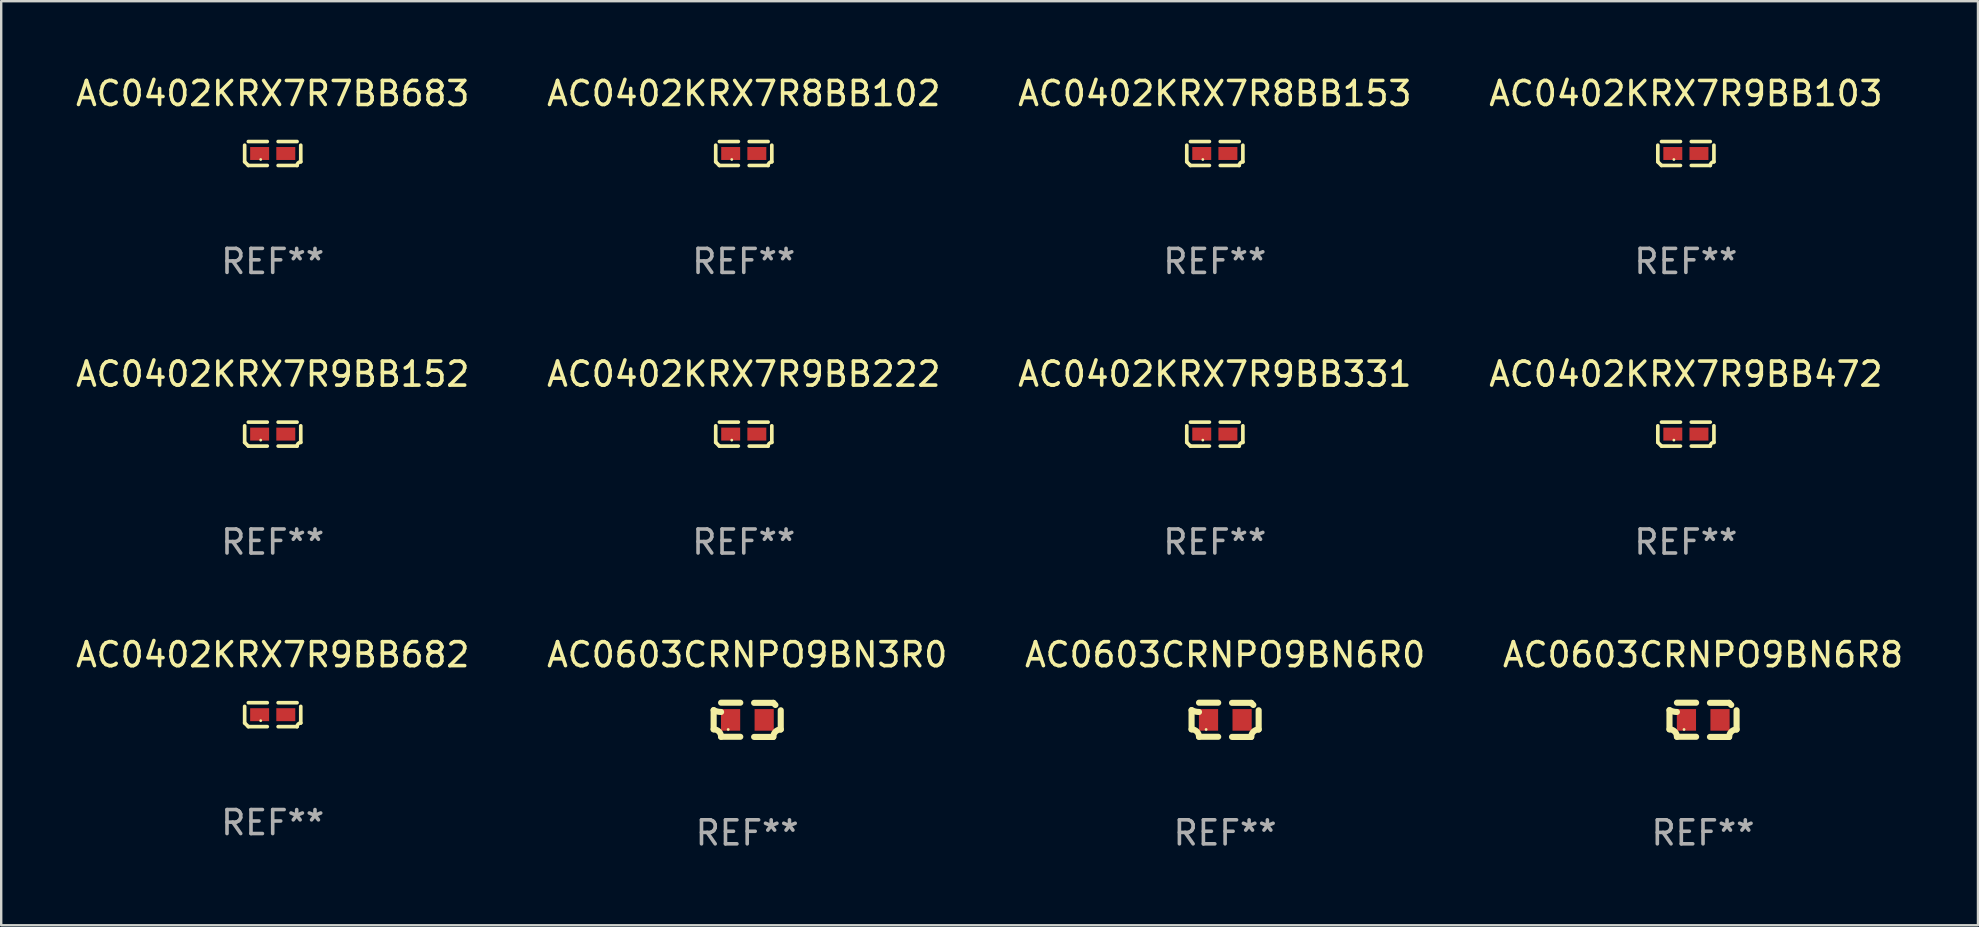
<source format=kicad_pcb>
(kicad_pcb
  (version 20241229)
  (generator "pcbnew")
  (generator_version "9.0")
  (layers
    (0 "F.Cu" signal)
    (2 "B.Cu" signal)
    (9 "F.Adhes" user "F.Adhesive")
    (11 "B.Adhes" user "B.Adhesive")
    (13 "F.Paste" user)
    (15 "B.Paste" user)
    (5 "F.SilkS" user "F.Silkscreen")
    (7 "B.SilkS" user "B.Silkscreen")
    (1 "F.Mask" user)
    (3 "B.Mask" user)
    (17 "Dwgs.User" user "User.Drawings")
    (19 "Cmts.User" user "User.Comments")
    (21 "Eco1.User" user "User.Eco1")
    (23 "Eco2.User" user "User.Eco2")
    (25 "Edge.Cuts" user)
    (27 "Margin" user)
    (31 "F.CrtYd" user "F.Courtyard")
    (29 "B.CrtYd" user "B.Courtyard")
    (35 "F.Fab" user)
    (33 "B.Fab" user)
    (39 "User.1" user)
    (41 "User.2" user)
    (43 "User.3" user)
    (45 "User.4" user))
  (footprint "AC0402KRX7R7BB683"
    (layer "F.Cu")
    (at 8.315 3.347)
    (property "Reference" "AC0402KRX7R7BB683" (at 0 -2.499 0) (layer "F.SilkS") (effects (font (size 1 1) (thickness 0.15))))
    (attr through_hole)
    (fp_line (start -1.169 0.346) (end -1.169 -0.346) (stroke (width 0.152) (type solid)) (layer "F.SilkS"))
    (fp_line (start -1.016 -0.499) (end -0.226 -0.499) (stroke (width 0.152) (type solid)) (layer "F.SilkS"))
    (fp_line (start -0.226 0.499) (end -1.016 0.499) (stroke (width 0.152) (type solid)) (layer "F.SilkS"))
    (fp_line (start 0.226 0.499) (end 1.016 0.499) (stroke (width 0.152) (type solid)) (layer "F.SilkS"))
    (fp_line (start 1.016 -0.499) (end 0.226 -0.499) (stroke (width 0.152) (type solid)) (layer "F.SilkS"))
    (fp_line (start 1.169 0.346) (end 1.169 -0.346) (stroke (width 0.152) (type solid)) (layer "F.SilkS"))
    (fp_arc (start -1.016307 0.498603) (mid -1.092512 0.422405) (end -1.16871 0.3462) (stroke (width 0.1524) (type solid)) (layer "F.SilkS"))
    (fp_arc (start 1.016307 0.498603) (mid 1.060899 0.390758) (end 1.168707 0.346076) (stroke (width 0.1524) (type solid)) (layer "F.SilkS"))
    (fp_circle (center -0.5 0.25) (end -0.47 0.25) (stroke (width 0.06) (type solid)) (fill no) (layer "F.SilkS"))
    (fp_text user "REF**" (at 0 4.499 0) (layer "F.Fab") (effects (font (size 1 1) (thickness 0.15))))
    (pad "1" smd rect (at -0.545 0) (size 0.79 0.54) (layers "F.Cu" "F.Mask" "F.Paste"))
    (pad "2" smd rect (at 0.545 0) (size 0.79 0.54) (layers "F.Cu" "F.Mask" "F.Paste")))
  (footprint "AC0603CRNPO9BN3R0"
    (layer "F.Cu")
    (at 28.089 26.948)
    (property "Reference" "AC0603CRNPO9BN3R0" (at 0 -2.713 0) (layer "F.SilkS") (effects (font (size 1 1) (thickness 0.15))))
    (attr through_hole)
    (fp_line (start -1.398 -0.403) (end -1.398 0.397) (stroke (width 0.254) (type solid)) (layer "F.SilkS"))
    (fp_line (start -0.288 -0.713) (end -1.088 -0.713) (stroke (width 0.254) (type solid)) (layer "F.SilkS"))
    (fp_line (start -0.288 0.707) (end -1.088 0.707) (stroke (width 0.254) (type solid)) (layer "F.SilkS"))
    (fp_line (start 0.288 -0.707) (end 1.088 -0.707) (stroke (width 0.254) (type solid)) (layer "F.SilkS"))
    (fp_line (start 0.288 0.713) (end 1.088 0.713) (stroke (width 0.254) (type solid)) (layer "F.SilkS"))
    (fp_line (start 1.398 -0.397) (end 1.398 0.403) (stroke (width 0.254) (type solid)) (layer "F.SilkS"))
    (fp_arc (start -1.397789 0.397066) (mid -1.178701 0.487826) (end -1.08796 0.706922) (stroke (width 0.254001) (type solid)) (layer "F.SilkS"))
    (fp_arc (start -1.08796 -0.327176) (mid -1.247436 -0.346384) (end -1.39779 -0.402908) (stroke (width 0.254001) (type solid)) (layer "F.SilkS"))
    (fp_arc (start 1.087909 0.712738) (mid 1.178656 0.493655) (end 1.397739 0.402908) (stroke (width 0.254001) (type solid)) (layer "F.SilkS"))
    (fp_arc (start 1.175925 -0.618926) (mid 1.131917 -0.662923) (end 1.08791 -0.706922) (stroke (width 0.254001) (type solid)) (layer "F.SilkS"))
    (fp_circle (center -0.792 0.403) (end -0.762 0.403) (stroke (width 0.06) (type solid)) (fill no) (layer "F.SilkS"))
    (fp_text user "REF**" (at 0 4.713 0) (layer "F.Fab") (effects (font (size 1 1) (thickness 0.15))))
    (pad "1" smd rect (at -0.692 0.003) (size 0.8 0.9) (layers "F.Cu" "F.Mask" "F.Paste"))
    (pad "2" smd rect (at 0.708 0.003) (size 0.8 0.9) (layers "F.Cu" "F.Mask" "F.Paste")))
  (footprint "AC0402KRX7R9BB331"
    (layer "F.Cu")
    (at 47.577 15.041)
    (property "Reference" "AC0402KRX7R9BB331" (at 0 -2.499 0) (layer "F.SilkS") (effects (font (size 1 1) (thickness 0.15))))
    (attr through_hole)
    (fp_line (start -1.169 0.346) (end -1.169 -0.346) (stroke (width 0.152) (type solid)) (layer "F.SilkS"))
    (fp_line (start -1.016 -0.499) (end -0.226 -0.499) (stroke (width 0.152) (type solid)) (layer "F.SilkS"))
    (fp_line (start -0.226 0.499) (end -1.016 0.499) (stroke (width 0.152) (type solid)) (layer "F.SilkS"))
    (fp_line (start 0.226 0.499) (end 1.016 0.499) (stroke (width 0.152) (type solid)) (layer "F.SilkS"))
    (fp_line (start 1.016 -0.499) (end 0.226 -0.499) (stroke (width 0.152) (type solid)) (layer "F.SilkS"))
    (fp_line (start 1.169 0.346) (end 1.169 -0.346) (stroke (width 0.152) (type solid)) (layer "F.SilkS"))
    (fp_arc (start -1.016307 0.498603) (mid -1.092512 0.422405) (end -1.16871 0.3462) (stroke (width 0.1524) (type solid)) (layer "F.SilkS"))
    (fp_arc (start 1.016307 0.498603) (mid 1.060899 0.390758) (end 1.168707 0.346076) (stroke (width 0.1524) (type solid)) (layer "F.SilkS"))
    (fp_circle (center -0.5 0.25) (end -0.47 0.25) (stroke (width 0.06) (type solid)) (fill no) (layer "F.SilkS"))
    (fp_text user "REF**" (at 0 4.499 0) (layer "F.Fab") (effects (font (size 1 1) (thickness 0.15))))
    (pad "1" smd rect (at -0.545 0) (size 0.79 0.54) (layers "F.Cu" "F.Mask" "F.Paste"))
    (pad "2" smd rect (at 0.545 0) (size 0.79 0.54) (layers "F.Cu" "F.Mask" "F.Paste")))
  (footprint "AC0402KRX7R9BB222"
    (layer "F.Cu")
    (at 27.946 15.041)
    (property "Reference" "AC0402KRX7R9BB222" (at 0 -2.499 0) (layer "F.SilkS") (effects (font (size 1 1) (thickness 0.15))))
    (attr through_hole)
    (fp_line (start -1.169 0.346) (end -1.169 -0.346) (stroke (width 0.152) (type solid)) (layer "F.SilkS"))
    (fp_line (start -1.016 -0.499) (end -0.226 -0.499) (stroke (width 0.152) (type solid)) (layer "F.SilkS"))
    (fp_line (start -0.226 0.499) (end -1.016 0.499) (stroke (width 0.152) (type solid)) (layer "F.SilkS"))
    (fp_line (start 0.226 0.499) (end 1.016 0.499) (stroke (width 0.152) (type solid)) (layer "F.SilkS"))
    (fp_line (start 1.016 -0.499) (end 0.226 -0.499) (stroke (width 0.152) (type solid)) (layer "F.SilkS"))
    (fp_line (start 1.169 0.346) (end 1.169 -0.346) (stroke (width 0.152) (type solid)) (layer "F.SilkS"))
    (fp_arc (start -1.016307 0.498603) (mid -1.092512 0.422405) (end -1.16871 0.3462) (stroke (width 0.1524) (type solid)) (layer "F.SilkS"))
    (fp_arc (start 1.016307 0.498603) (mid 1.060899 0.390758) (end 1.168707 0.346076) (stroke (width 0.1524) (type solid)) (layer "F.SilkS"))
    (fp_circle (center -0.5 0.25) (end -0.47 0.25) (stroke (width 0.06) (type solid)) (fill no) (layer "F.SilkS"))
    (fp_text user "REF**" (at 0 4.499 0) (layer "F.Fab") (effects (font (size 1 1) (thickness 0.15))))
    (pad "1" smd rect (at -0.545 0) (size 0.79 0.54) (layers "F.Cu" "F.Mask" "F.Paste"))
    (pad "2" smd rect (at 0.545 0) (size 0.79 0.54) (layers "F.Cu" "F.Mask" "F.Paste")))
  (footprint "AC0402KRX7R9BB152"
    (layer "F.Cu")
    (at 8.315 15.041)
    (property "Reference" "AC0402KRX7R9BB152" (at 0 -2.499 0) (layer "F.SilkS") (effects (font (size 1 1) (thickness 0.15))))
    (attr through_hole)
    (fp_line (start -1.169 0.346) (end -1.169 -0.346) (stroke (width 0.152) (type solid)) (layer "F.SilkS"))
    (fp_line (start -1.016 -0.499) (end -0.226 -0.499) (stroke (width 0.152) (type solid)) (layer "F.SilkS"))
    (fp_line (start -0.226 0.499) (end -1.016 0.499) (stroke (width 0.152) (type solid)) (layer "F.SilkS"))
    (fp_line (start 0.226 0.499) (end 1.016 0.499) (stroke (width 0.152) (type solid)) (layer "F.SilkS"))
    (fp_line (start 1.016 -0.499) (end 0.226 -0.499) (stroke (width 0.152) (type solid)) (layer "F.SilkS"))
    (fp_line (start 1.169 0.346) (end 1.169 -0.346) (stroke (width 0.152) (type solid)) (layer "F.SilkS"))
    (fp_arc (start -1.016307 0.498603) (mid -1.092512 0.422405) (end -1.16871 0.3462) (stroke (width 0.1524) (type solid)) (layer "F.SilkS"))
    (fp_arc (start 1.016307 0.498603) (mid 1.060899 0.390758) (end 1.168707 0.346076) (stroke (width 0.1524) (type solid)) (layer "F.SilkS"))
    (fp_circle (center -0.5 0.25) (end -0.47 0.25) (stroke (width 0.06) (type solid)) (fill no) (layer "F.SilkS"))
    (fp_text user "REF**" (at 0 4.499 0) (layer "F.Fab") (effects (font (size 1 1) (thickness 0.15))))
    (pad "1" smd rect (at -0.545 0) (size 0.79 0.54) (layers "F.Cu" "F.Mask" "F.Paste"))
    (pad "2" smd rect (at 0.545 0) (size 0.79 0.54) (layers "F.Cu" "F.Mask" "F.Paste")))
  (footprint "AC0402KRX7R9BB682"
    (layer "F.Cu")
    (at 8.315 26.734)
    (property "Reference" "AC0402KRX7R9BB682" (at 0 -2.499 0) (layer "F.SilkS") (effects (font (size 1 1) (thickness 0.15))))
    (attr through_hole)
    (fp_line (start -1.169 0.346) (end -1.169 -0.346) (stroke (width 0.152) (type solid)) (layer "F.SilkS"))
    (fp_line (start -1.016 -0.499) (end -0.226 -0.499) (stroke (width 0.152) (type solid)) (layer "F.SilkS"))
    (fp_line (start -0.226 0.499) (end -1.016 0.499) (stroke (width 0.152) (type solid)) (layer "F.SilkS"))
    (fp_line (start 0.226 0.499) (end 1.016 0.499) (stroke (width 0.152) (type solid)) (layer "F.SilkS"))
    (fp_line (start 1.016 -0.499) (end 0.226 -0.499) (stroke (width 0.152) (type solid)) (layer "F.SilkS"))
    (fp_line (start 1.169 0.346) (end 1.169 -0.346) (stroke (width 0.152) (type solid)) (layer "F.SilkS"))
    (fp_arc (start -1.016307 0.498603) (mid -1.092512 0.422405) (end -1.16871 0.3462) (stroke (width 0.1524) (type solid)) (layer "F.SilkS"))
    (fp_arc (start 1.016307 0.498603) (mid 1.060899 0.390758) (end 1.168707 0.346076) (stroke (width 0.1524) (type solid)) (layer "F.SilkS"))
    (fp_circle (center -0.5 0.25) (end -0.47 0.25) (stroke (width 0.06) (type solid)) (fill no) (layer "F.SilkS"))
    (fp_text user "REF**" (at 0 4.499 0) (layer "F.Fab") (effects (font (size 1 1) (thickness 0.15))))
    (pad "1" smd rect (at -0.545 0) (size 0.79 0.54) (layers "F.Cu" "F.Mask" "F.Paste"))
    (pad "2" smd rect (at 0.545 0) (size 0.79 0.54) (layers "F.Cu" "F.Mask" "F.Paste")))
  (footprint "AC0402KRX7R9BB472"
    (layer "F.Cu")
    (at 67.208 15.041)
    (property "Reference" "AC0402KRX7R9BB472" (at 0 -2.499 0) (layer "F.SilkS") (effects (font (size 1 1) (thickness 0.15))))
    (attr through_hole)
    (fp_line (start -1.169 0.346) (end -1.169 -0.346) (stroke (width 0.152) (type solid)) (layer "F.SilkS"))
    (fp_line (start -1.016 -0.499) (end -0.226 -0.499) (stroke (width 0.152) (type solid)) (layer "F.SilkS"))
    (fp_line (start -0.226 0.499) (end -1.016 0.499) (stroke (width 0.152) (type solid)) (layer "F.SilkS"))
    (fp_line (start 0.226 0.499) (end 1.016 0.499) (stroke (width 0.152) (type solid)) (layer "F.SilkS"))
    (fp_line (start 1.016 -0.499) (end 0.226 -0.499) (stroke (width 0.152) (type solid)) (layer "F.SilkS"))
    (fp_line (start 1.169 0.346) (end 1.169 -0.346) (stroke (width 0.152) (type solid)) (layer "F.SilkS"))
    (fp_arc (start -1.016307 0.498603) (mid -1.092512 0.422405) (end -1.16871 0.3462) (stroke (width 0.1524) (type solid)) (layer "F.SilkS"))
    (fp_arc (start 1.016307 0.498603) (mid 1.060899 0.390758) (end 1.168707 0.346076) (stroke (width 0.1524) (type solid)) (layer "F.SilkS"))
    (fp_circle (center -0.5 0.25) (end -0.47 0.25) (stroke (width 0.06) (type solid)) (fill no) (layer "F.SilkS"))
    (fp_text user "REF**" (at 0 4.499 0) (layer "F.Fab") (effects (font (size 1 1) (thickness 0.15))))
    (pad "1" smd rect (at -0.545 0) (size 0.79 0.54) (layers "F.Cu" "F.Mask" "F.Paste"))
    (pad "2" smd rect (at 0.545 0) (size 0.79 0.54) (layers "F.Cu" "F.Mask" "F.Paste")))
  (footprint "AC0402KRX7R9BB103"
    (layer "F.Cu")
    (at 67.208 3.347)
    (property "Reference" "AC0402KRX7R9BB103" (at 0 -2.499 0) (layer "F.SilkS") (effects (font (size 1 1) (thickness 0.15))))
    (attr through_hole)
    (fp_line (start -1.169 0.346) (end -1.169 -0.346) (stroke (width 0.152) (type solid)) (layer "F.SilkS"))
    (fp_line (start -1.016 -0.499) (end -0.226 -0.499) (stroke (width 0.152) (type solid)) (layer "F.SilkS"))
    (fp_line (start -0.226 0.499) (end -1.016 0.499) (stroke (width 0.152) (type solid)) (layer "F.SilkS"))
    (fp_line (start 0.226 0.499) (end 1.016 0.499) (stroke (width 0.152) (type solid)) (layer "F.SilkS"))
    (fp_line (start 1.016 -0.499) (end 0.226 -0.499) (stroke (width 0.152) (type solid)) (layer "F.SilkS"))
    (fp_line (start 1.169 0.346) (end 1.169 -0.346) (stroke (width 0.152) (type solid)) (layer "F.SilkS"))
    (fp_arc (start -1.016307 0.498603) (mid -1.092512 0.422405) (end -1.16871 0.3462) (stroke (width 0.1524) (type solid)) (layer "F.SilkS"))
    (fp_arc (start 1.016307 0.498603) (mid 1.060899 0.390758) (end 1.168707 0.346076) (stroke (width 0.1524) (type solid)) (layer "F.SilkS"))
    (fp_circle (center -0.5 0.25) (end -0.47 0.25) (stroke (width 0.06) (type solid)) (fill no) (layer "F.SilkS"))
    (fp_text user "REF**" (at 0 4.499 0) (layer "F.Fab") (effects (font (size 1 1) (thickness 0.15))))
    (pad "1" smd rect (at -0.545 0) (size 0.79 0.54) (layers "F.Cu" "F.Mask" "F.Paste"))
    (pad "2" smd rect (at 0.545 0) (size 0.79 0.54) (layers "F.Cu" "F.Mask" "F.Paste")))
  (footprint "AC0603CRNPO9BN6R0"
    (layer "F.Cu")
    (at 48.006 26.948)
    (property "Reference" "AC0603CRNPO9BN6R0" (at 0 -2.713 0) (layer "F.SilkS") (effects (font (size 1 1) (thickness 0.15))))
    (attr through_hole)
    (fp_line (start -1.398 -0.403) (end -1.398 0.397) (stroke (width 0.254) (type solid)) (layer "F.SilkS"))
    (fp_line (start -0.288 -0.713) (end -1.088 -0.713) (stroke (width 0.254) (type solid)) (layer "F.SilkS"))
    (fp_line (start -0.288 0.707) (end -1.088 0.707) (stroke (width 0.254) (type solid)) (layer "F.SilkS"))
    (fp_line (start 0.288 -0.707) (end 1.088 -0.707) (stroke (width 0.254) (type solid)) (layer "F.SilkS"))
    (fp_line (start 0.288 0.713) (end 1.088 0.713) (stroke (width 0.254) (type solid)) (layer "F.SilkS"))
    (fp_line (start 1.398 -0.397) (end 1.398 0.403) (stroke (width 0.254) (type solid)) (layer "F.SilkS"))
    (fp_arc (start -1.397789 0.397066) (mid -1.178701 0.487826) (end -1.08796 0.706922) (stroke (width 0.254001) (type solid)) (layer "F.SilkS"))
    (fp_arc (start -1.08796 -0.327176) (mid -1.247436 -0.346384) (end -1.39779 -0.402908) (stroke (width 0.254001) (type solid)) (layer "F.SilkS"))
    (fp_arc (start 1.087909 0.712738) (mid 1.178656 0.493655) (end 1.397739 0.402908) (stroke (width 0.254001) (type solid)) (layer "F.SilkS"))
    (fp_arc (start 1.175925 -0.618926) (mid 1.131917 -0.662923) (end 1.08791 -0.706922) (stroke (width 0.254001) (type solid)) (layer "F.SilkS"))
    (fp_circle (center -0.792 0.403) (end -0.762 0.403) (stroke (width 0.06) (type solid)) (fill no) (layer "F.SilkS"))
    (fp_text user "REF**" (at 0 4.713 0) (layer "F.Fab") (effects (font (size 1 1) (thickness 0.15))))
    (pad "1" smd rect (at -0.692 0.003) (size 0.8 0.9) (layers "F.Cu" "F.Mask" "F.Paste"))
    (pad "2" smd rect (at 0.708 0.003) (size 0.8 0.9) (layers "F.Cu" "F.Mask" "F.Paste")))
  (footprint "AC0402KRX7R8BB153"
    (layer "F.Cu")
    (at 47.577 3.347)
    (property "Reference" "AC0402KRX7R8BB153" (at 0 -2.499 0) (layer "F.SilkS") (effects (font (size 1 1) (thickness 0.15))))
    (attr through_hole)
    (fp_line (start -1.169 0.346) (end -1.169 -0.346) (stroke (width 0.152) (type solid)) (layer "F.SilkS"))
    (fp_line (start -1.016 -0.499) (end -0.226 -0.499) (stroke (width 0.152) (type solid)) (layer "F.SilkS"))
    (fp_line (start -0.226 0.499) (end -1.016 0.499) (stroke (width 0.152) (type solid)) (layer "F.SilkS"))
    (fp_line (start 0.226 0.499) (end 1.016 0.499) (stroke (width 0.152) (type solid)) (layer "F.SilkS"))
    (fp_line (start 1.016 -0.499) (end 0.226 -0.499) (stroke (width 0.152) (type solid)) (layer "F.SilkS"))
    (fp_line (start 1.169 0.346) (end 1.169 -0.346) (stroke (width 0.152) (type solid)) (layer "F.SilkS"))
    (fp_arc (start -1.016307 0.498603) (mid -1.092512 0.422405) (end -1.16871 0.3462) (stroke (width 0.1524) (type solid)) (layer "F.SilkS"))
    (fp_arc (start 1.016307 0.498603) (mid 1.060899 0.390758) (end 1.168707 0.346076) (stroke (width 0.1524) (type solid)) (layer "F.SilkS"))
    (fp_circle (center -0.5 0.25) (end -0.47 0.25) (stroke (width 0.06) (type solid)) (fill no) (layer "F.SilkS"))
    (fp_text user "REF**" (at 0 4.499 0) (layer "F.Fab") (effects (font (size 1 1) (thickness 0.15))))
    (pad "1" smd rect (at -0.545 0) (size 0.79 0.54) (layers "F.Cu" "F.Mask" "F.Paste"))
    (pad "2" smd rect (at 0.545 0) (size 0.79 0.54) (layers "F.Cu" "F.Mask" "F.Paste")))
  (footprint "AC0402KRX7R8BB102"
    (layer "F.Cu")
    (at 27.946 3.347)
    (property "Reference" "AC0402KRX7R8BB102" (at 0 -2.499 0) (layer "F.SilkS") (effects (font (size 1 1) (thickness 0.15))))
    (attr through_hole)
    (fp_line (start -1.169 0.346) (end -1.169 -0.346) (stroke (width 0.152) (type solid)) (layer "F.SilkS"))
    (fp_line (start -1.016 -0.499) (end -0.226 -0.499) (stroke (width 0.152) (type solid)) (layer "F.SilkS"))
    (fp_line (start -0.226 0.499) (end -1.016 0.499) (stroke (width 0.152) (type solid)) (layer "F.SilkS"))
    (fp_line (start 0.226 0.499) (end 1.016 0.499) (stroke (width 0.152) (type solid)) (layer "F.SilkS"))
    (fp_line (start 1.016 -0.499) (end 0.226 -0.499) (stroke (width 0.152) (type solid)) (layer "F.SilkS"))
    (fp_line (start 1.169 0.346) (end 1.169 -0.346) (stroke (width 0.152) (type solid)) (layer "F.SilkS"))
    (fp_arc (start -1.016307 0.498603) (mid -1.092512 0.422405) (end -1.16871 0.3462) (stroke (width 0.1524) (type solid)) (layer "F.SilkS"))
    (fp_arc (start 1.016307 0.498603) (mid 1.060899 0.390758) (end 1.168707 0.346076) (stroke (width 0.1524) (type solid)) (layer "F.SilkS"))
    (fp_circle (center -0.5 0.25) (end -0.47 0.25) (stroke (width 0.06) (type solid)) (fill no) (layer "F.SilkS"))
    (fp_text user "REF**" (at 0 4.499 0) (layer "F.Fab") (effects (font (size 1 1) (thickness 0.15))))
    (pad "1" smd rect (at -0.545 0) (size 0.79 0.54) (layers "F.Cu" "F.Mask" "F.Paste"))
    (pad "2" smd rect (at 0.545 0) (size 0.79 0.54) (layers "F.Cu" "F.Mask" "F.Paste")))
  (footprint "AC0603CRNPO9BN6R8"
    (layer "F.Cu")
    (at 67.923 26.948)
    (property "Reference" "AC0603CRNPO9BN6R8" (at 0 -2.713 0) (layer "F.SilkS") (effects (font (size 1 1) (thickness 0.15))))
    (attr through_hole)
    (fp_line (start -1.398 -0.403) (end -1.398 0.397) (stroke (width 0.254) (type solid)) (layer "F.SilkS"))
    (fp_line (start -0.288 -0.713) (end -1.088 -0.713) (stroke (width 0.254) (type solid)) (layer "F.SilkS"))
    (fp_line (start -0.288 0.707) (end -1.088 0.707) (stroke (width 0.254) (type solid)) (layer "F.SilkS"))
    (fp_line (start 0.288 -0.707) (end 1.088 -0.707) (stroke (width 0.254) (type solid)) (layer "F.SilkS"))
    (fp_line (start 0.288 0.713) (end 1.088 0.713) (stroke (width 0.254) (type solid)) (layer "F.SilkS"))
    (fp_line (start 1.398 -0.397) (end 1.398 0.403) (stroke (width 0.254) (type solid)) (layer "F.SilkS"))
    (fp_arc (start -1.397789 0.397066) (mid -1.178701 0.487826) (end -1.08796 0.706922) (stroke (width 0.254001) (type solid)) (layer "F.SilkS"))
    (fp_arc (start -1.08796 -0.327176) (mid -1.247436 -0.346384) (end -1.39779 -0.402908) (stroke (width 0.254001) (type solid)) (layer "F.SilkS"))
    (fp_arc (start 1.087909 0.712738) (mid 1.178656 0.493655) (end 1.397739 0.402908) (stroke (width 0.254001) (type solid)) (layer "F.SilkS"))
    (fp_arc (start 1.175925 -0.618926) (mid 1.131917 -0.662923) (end 1.08791 -0.706922) (stroke (width 0.254001) (type solid)) (layer "F.SilkS"))
    (fp_circle (center -0.792 0.403) (end -0.762 0.403) (stroke (width 0.06) (type solid)) (fill no) (layer "F.SilkS"))
    (fp_text user "REF**" (at 0 4.713 0) (layer "F.Fab") (effects (font (size 1 1) (thickness 0.15))))
    (pad "1" smd rect (at -0.692 0.003) (size 0.8 0.9) (layers "F.Cu" "F.Mask" "F.Paste"))
    (pad "2" smd rect (at 0.708 0.003) (size 0.8 0.9) (layers "F.Cu" "F.Mask" "F.Paste")))
  (gr_rect
    (start -3 -3)
    (end 79.381 35.509)
    (stroke (width 0.1) (type default))
    (fill no)
    (layer "Edge.Cuts")))
</source>
